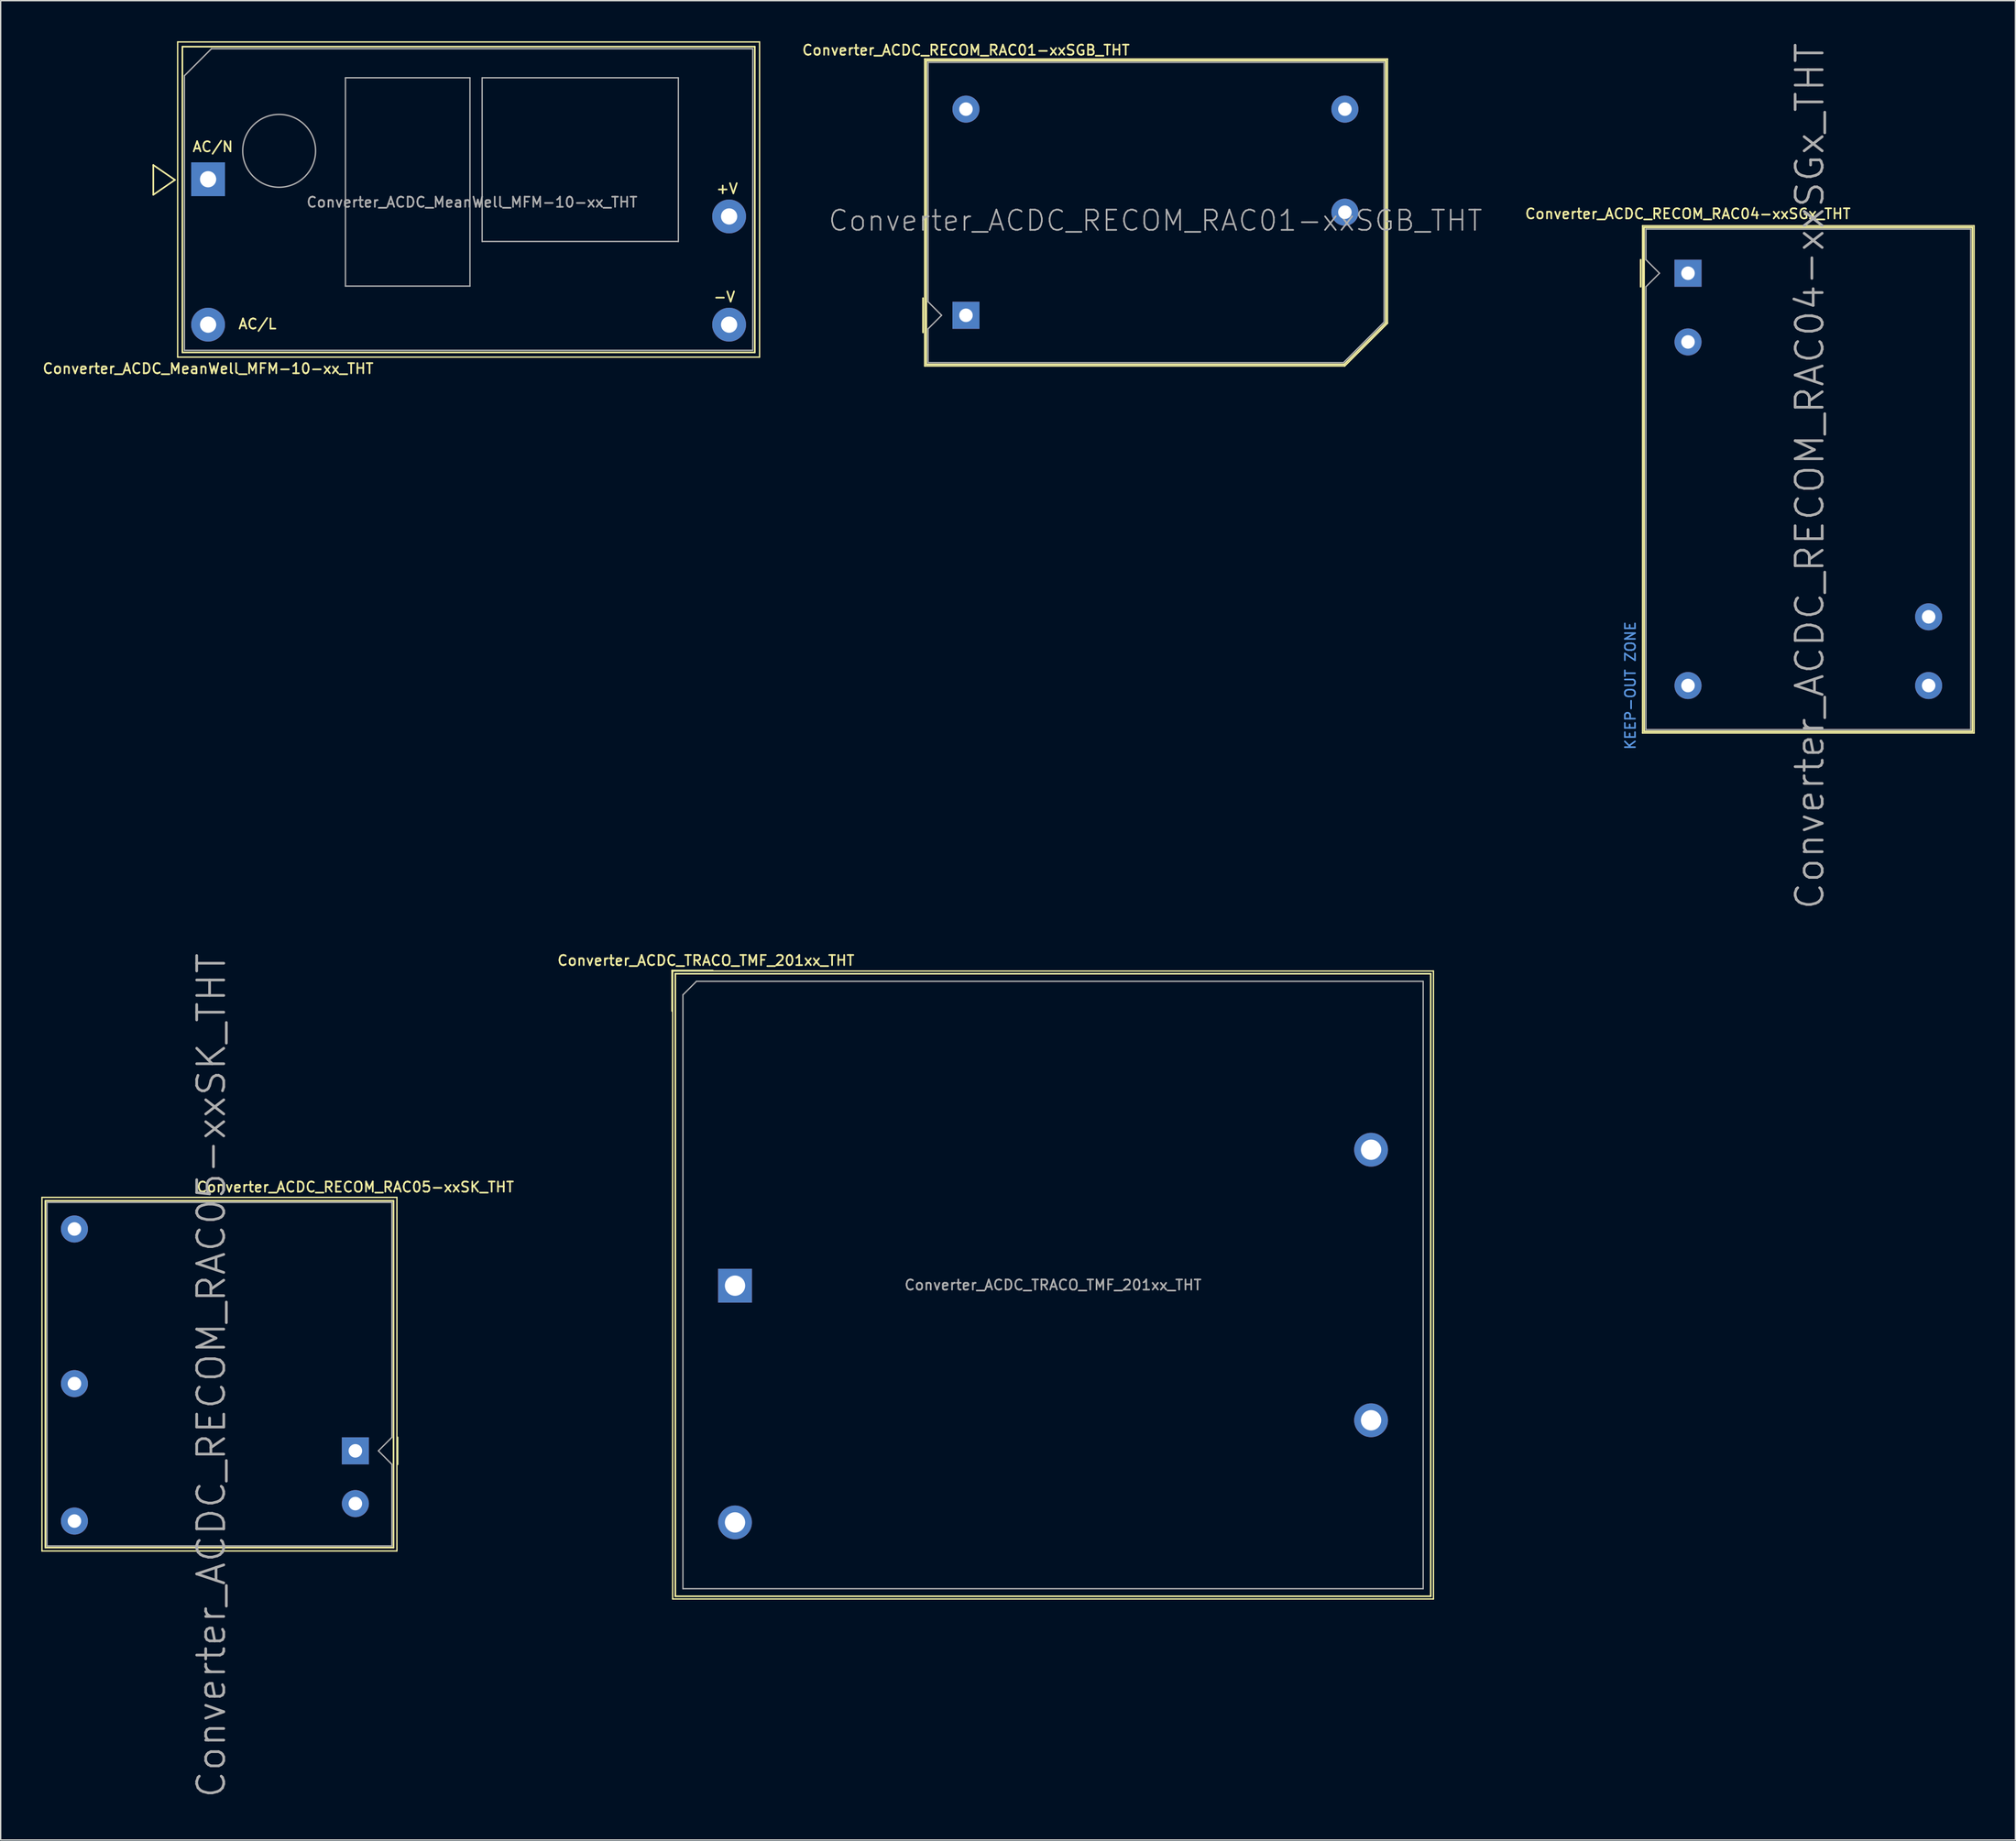
<source format=kicad_pcb>
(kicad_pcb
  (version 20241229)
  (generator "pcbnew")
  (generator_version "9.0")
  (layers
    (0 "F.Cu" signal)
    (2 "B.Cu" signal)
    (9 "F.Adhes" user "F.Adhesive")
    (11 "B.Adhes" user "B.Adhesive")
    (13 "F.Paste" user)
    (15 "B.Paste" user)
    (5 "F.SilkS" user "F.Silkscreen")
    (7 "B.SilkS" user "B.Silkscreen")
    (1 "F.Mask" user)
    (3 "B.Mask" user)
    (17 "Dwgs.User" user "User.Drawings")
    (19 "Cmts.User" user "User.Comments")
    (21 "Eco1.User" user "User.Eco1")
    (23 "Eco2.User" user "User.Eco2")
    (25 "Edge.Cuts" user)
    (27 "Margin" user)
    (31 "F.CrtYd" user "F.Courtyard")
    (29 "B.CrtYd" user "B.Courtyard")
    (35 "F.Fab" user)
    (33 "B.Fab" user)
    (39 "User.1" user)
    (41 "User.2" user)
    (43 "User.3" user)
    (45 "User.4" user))
  (footprint "Converter_ACDC_RECOM_RAC01-xxSGB_THT"
    (layer "F.Cu")
    (at 68.329 20.258)
    (property "Reference" "Converter_ACDC_RECOM_RAC01-xxSGB_THT" (at 0 -19.6 180) (layer "F.SilkS") (effects (font (size 0.75 0.75) (thickness 0.125))))
    (attr through_hole)
    (fp_line (start -3.175 -1.27) (end -3.175 1.27) (stroke (width 0.12) (type solid)) (layer "F.SilkS"))
    (fp_line (start -3.05 -18.95) (end 31.15 -18.95) (stroke (width 0.1) (type solid)) (layer "F.SilkS"))
    (fp_line (start -3.05 3.75) (end -3.05 -18.95) (stroke (width 0.1) (type solid)) (layer "F.SilkS"))
    (fp_line (start -2.93 -18.83) (end 31.03 -18.83) (stroke (width 0.12) (type solid)) (layer "F.SilkS"))
    (fp_line (start -2.93 3.63) (end -2.93 -18.83) (stroke (width 0.12) (type solid)) (layer "F.SilkS"))
    (fp_line (start 27.95 3.63) (end -2.93 3.63) (stroke (width 0.12) (type solid)) (layer "F.SilkS"))
    (fp_line (start 27.95 3.63) (end 31.03 0.55) (stroke (width 0.12) (type solid)) (layer "F.SilkS"))
    (fp_line (start 27.99 3.75) (end -3.05 3.75) (stroke (width 0.1) (type solid)) (layer "F.SilkS"))
    (fp_line (start 31.03 0.55) (end 31.03 -18.83) (stroke (width 0.12) (type solid)) (layer "F.SilkS"))
    (fp_line (start 31.15 -18.95) (end 31.15 0.59) (stroke (width 0.1) (type solid)) (layer "F.SilkS"))
    (fp_line (start 31.15 0.59) (end 27.99 3.75) (stroke (width 0.1) (type solid)) (layer "F.SilkS"))
    (fp_line (start -2.8 -18.7) (end 30.9 -18.7) (stroke (width 0.1) (type solid)) (layer "F.Fab"))
    (fp_line (start -2.8 -1) (end -2.8 -18.7) (stroke (width 0.1) (type solid)) (layer "F.Fab"))
    (fp_line (start -2.8 -1) (end -1.8 0) (stroke (width 0.1) (type solid)) (layer "F.Fab"))
    (fp_line (start -2.8 1) (end -2.8 3.5) (stroke (width 0.1) (type solid)) (layer "F.Fab"))
    (fp_line (start -1.8 0) (end -2.8 1) (stroke (width 0.1) (type solid)) (layer "F.Fab"))
    (fp_line (start 27.9 3.5) (end -2.8 3.5) (stroke (width 0.1) (type solid)) (layer "F.Fab"))
    (fp_line (start 27.9 3.5) (end 30.9 0.5) (stroke (width 0.1) (type solid)) (layer "F.Fab"))
    (fp_line (start 30.9 0.5) (end 30.9 -18.7) (stroke (width 0.1) (type solid)) (layer "F.Fab"))
    (fp_text user "${REFERENCE}" (at 14 -7 0) (layer "F.Fab") (effects (font (size 1.5 1.5) (thickness 0.125))))
    (pad "1" thru_hole rect (at 0 0 180) (size 2 2) (drill 1) (layers "*.Cu" "*.Mask"))
    (pad "2" thru_hole circle (at 0 -15.24 180) (size 2 2) (drill 1) (layers "*.Cu" "*.Mask"))
    (pad "3" thru_hole circle (at 28 -15.24 180) (size 2 2) (drill 1) (layers "*.Cu" "*.Mask"))
    (pad "4" thru_hole circle (at 28 -7.62 180) (size 2 2) (drill 1) (layers "*.Cu" "*.Mask")))
  (footprint "Converter_ACDC_RECOM_RAC04-xxSGx_THT"
    (layer "F.Cu")
    (at 121.685 17.148)
    (property "Reference" "Converter_ACDC_RECOM_RAC04-xxSGx_THT" (at -0.01 -4.39 180) (layer "F.SilkS") (effects (font (size 0.75 0.75) (thickness 0.125))))
    (attr through_hole)
    (fp_line (start -3.5 1) (end -3.5 -1) (stroke (width 0.12) (type solid)) (layer "F.SilkS"))
    (fp_line (start -3.36 -3.51) (end -3.36 33.99) (stroke (width 0.1) (type solid)) (layer "F.SilkS"))
    (fp_line (start -3.36 -3.51) (end 21.14 -3.51) (stroke (width 0.1) (type solid)) (layer "F.SilkS"))
    (fp_line (start -3.24 -3.39) (end 21.02 -3.39) (stroke (width 0.12) (type solid)) (layer "F.SilkS"))
    (fp_line (start -3.24 33.87) (end -3.25 -3.39) (stroke (width 0.12) (type solid)) (layer "F.SilkS"))
    (fp_line (start -3.24 33.87) (end 21.02 33.87) (stroke (width 0.12) (type solid)) (layer "F.SilkS"))
    (fp_line (start 21.02 -3.39) (end 21.02 33.87) (stroke (width 0.12) (type solid)) (layer "F.SilkS"))
    (fp_line (start 21.14 -3.51) (end 21.14 33.99) (stroke (width 0.1) (type solid)) (layer "F.SilkS"))
    (fp_line (start 21.14 33.99) (end -3.36 33.99) (stroke (width 0.1) (type solid)) (layer "F.SilkS"))
    (fp_line (start -3.11 -3.26) (end 20.89 -3.26) (stroke (width 0.1) (type solid)) (layer "F.Fab"))
    (fp_line (start -3.11 -1) (end -3.11 -3.26) (stroke (width 0.1) (type solid)) (layer "F.Fab"))
    (fp_line (start -3.11 -1) (end -2.11 0) (stroke (width 0.1) (type solid)) (layer "F.Fab"))
    (fp_line (start -3.11 1) (end -2.11 0) (stroke (width 0.1) (type solid)) (layer "F.Fab"))
    (fp_line (start -3.11 33.74) (end -3.11 1) (stroke (width 0.1) (type solid)) (layer "F.Fab"))
    (fp_line (start -3.11 33.74) (end 20.89 33.74) (stroke (width 0.1) (type solid)) (layer "F.Fab"))
    (fp_line (start 20.89 -3.26) (end 20.89 33.74) (stroke (width 0.1) (type solid)) (layer "F.Fab"))
    (fp_text user "KEEP-OUT ZONE" (at -4.26 30.48 90) (layer "Cmts.User") (effects (font (size 0.75 0.75) (thickness 0.125))))
    (fp_text user "${REFERENCE}" (at 9 15 90) (layer "F.Fab") (effects (font (size 2 2) (thickness 0.2))))
    (pad "1" thru_hole rect (at 0 0 90) (size 2 2) (drill 1) (layers "*.Cu" "*.Mask"))
    (pad "2" thru_hole circle (at 0 5.08 90) (size 2 2) (drill 1) (layers "*.Cu" "*.Mask"))
    (pad "3" thru_hole circle (at 0 30.48 180) (size 2 2) (drill 1) (layers "*.Cu" "*.Mask"))
    (pad "4" thru_hole circle (at 17.78 30.48 90) (size 2 2) (drill 1) (layers "*.Cu" "*.Mask"))
    (pad "5" thru_hole circle (at 17.78 25.4 90) (size 2 2) (drill 1) (layers "*.Cu" "*.Mask"))
    (zone (net_name "") (layer "F.Cu") (hatch full 0.508) (connect_pads) (min_thickness 0.254) (filled_areas_thickness no) (keepout (tracks not_allowed) (vias allowed) (pads allowed) (copperpour not_allowed) (footprints not_allowed)) (placement (enabled no)) (fill) (polygon (pts (xy 116.605 52.708) (xy 126.765 52.708) (xy 126.765 42.548) (xy 116.605 42.548)))))
  (footprint "Converter_ACDC_MeanWell_MFM-10-xx_THT"
    (layer "F.Cu")
    (at 12.327 10.2)
    (property "Reference" "Converter_ACDC_MeanWell_MFM-10-xx_THT" (at 0 14 0) (layer "F.SilkS") (effects (font (size 0.75 0.75) (thickness 0.125))))
    (attr through_hole)
    (fp_line (start -4.05 1.15) (end -4.05 -1.05) (stroke (width 0.12) (type default)) (layer "F.SilkS"))
    (fp_line (start -2.45 0.05) (end -4.05 -1.05) (stroke (width 0.12) (type default)) (layer "F.SilkS"))
    (fp_line (start -2.45 0.05) (end -4.05 1.15) (stroke (width 0.12) (type default)) (layer "F.SilkS"))
    (fp_line (start -2.25 -10.15) (end -2.25 13.15) (stroke (width 0.1) (type solid)) (layer "F.SilkS"))
    (fp_line (start -2.25 13.15) (end 40.75 13.15) (stroke (width 0.1) (type solid)) (layer "F.SilkS"))
    (fp_line (start -1.9 -9.8) (end -1.9 12.8) (stroke (width 0.12) (type solid)) (layer "F.SilkS"))
    (fp_line (start -1.9 12.8) (end 40.4 12.8) (stroke (width 0.12) (type solid)) (layer "F.SilkS"))
    (fp_line (start 40.4 -9.8) (end -1.9 -9.8) (stroke (width 0.12) (type solid)) (layer "F.SilkS"))
    (fp_line (start 40.4 12.8) (end 40.4 -9.8) (stroke (width 0.12) (type solid)) (layer "F.SilkS"))
    (fp_line (start 40.75 -10.15) (end -2.25 -10.15) (stroke (width 0.1) (type solid)) (layer "F.SilkS"))
    (fp_line (start 40.75 13.15) (end 40.75 -10.15) (stroke (width 0.1) (type solid)) (layer "F.SilkS"))
    (fp_line (start -1.75 -7.65) (end -1.75 12.65) (stroke (width 0.1) (type solid)) (layer "F.Fab"))
    (fp_line (start -1.75 12.65) (end 40.25 12.65) (stroke (width 0.1) (type solid)) (layer "F.Fab"))
    (fp_line (start 0.25 -9.65) (end -1.75 -7.65) (stroke (width 0.1) (type default)) (layer "F.Fab"))
    (fp_line (start 10.15 -7.5) (end 19.35 -7.5) (stroke (width 0.1) (type solid)) (layer "F.Fab"))
    (fp_line (start 10.15 7.9) (end 10.15 -7.5) (stroke (width 0.1) (type solid)) (layer "F.Fab"))
    (fp_line (start 19.35 -7.5) (end 19.35 7.9) (stroke (width 0.1) (type solid)) (layer "F.Fab"))
    (fp_line (start 19.35 7.9) (end 10.15 7.9) (stroke (width 0.1) (type solid)) (layer "F.Fab"))
    (fp_line (start 20.25 -7.5) (end 34.75 -7.5) (stroke (width 0.1) (type solid)) (layer "F.Fab"))
    (fp_line (start 20.25 4.6) (end 20.25 -7.5) (stroke (width 0.1) (type solid)) (layer "F.Fab"))
    (fp_line (start 34.75 -7.5) (end 34.75 4.6) (stroke (width 0.1) (type solid)) (layer "F.Fab"))
    (fp_line (start 34.75 4.6) (end 20.25 4.6) (stroke (width 0.1) (type solid)) (layer "F.Fab"))
    (fp_line (start 40.25 -9.65) (end 0.25 -9.65) (stroke (width 0.1) (type solid)) (layer "F.Fab"))
    (fp_line (start 40.25 12.65) (end 40.25 -9.65) (stroke (width 0.1) (type solid)) (layer "F.Fab"))
    (fp_circle (center 5.25 -2.1) (end 7.943 -2.1) (stroke (width 0.1) (type solid)) (fill no) (layer "F.Fab"))
    (fp_text user "AC/N" (at 0.35 -2.4 0) (layer "F.SilkS") (effects (font (size 0.75 0.75) (thickness 0.125))))
    (fp_text user "+V" (at 38.35 0.7 0) (layer "F.SilkS") (effects (font (size 0.75 0.75) (thickness 0.125))))
    (fp_text user "-V" (at 38.15 8.7 0) (layer "F.SilkS") (effects (font (size 0.75 0.75) (thickness 0.125))))
    (fp_text user "AC/L" (at 3.65 10.7 0) (layer "F.SilkS") (effects (font (size 0.75 0.75) (thickness 0.125))))
    (fp_text user "${REFERENCE}" (at 19.5 1.7 180) (layer "F.Fab") (effects (font (size 0.75 0.75) (thickness 0.125))))
    (pad "1" thru_hole rect (at 0 0) (size 2.5 2.5) (drill 1.2) (layers "*.Cu" "*.Mask"))
    (pad "2" thru_hole circle (at 0 10.75) (size 2.5 2.5) (drill 1.2) (layers "*.Cu" "*.Mask"))
    (pad "3" thru_hole circle (at 38.5 10.75) (size 2.5 2.5) (drill 1.2) (layers "*.Cu" "*.Mask"))
    (pad "4" thru_hole circle (at 38.5 2.75) (size 2.5 2.5) (drill 1.2) (layers "*.Cu" "*.Mask")))
  (footprint "Converter_ACDC_TRACO_TMF_201xx_THT"
    (layer "F.Cu")
    (at 51.264 91.993)
    (property "Reference" "Converter_ACDC_TRACO_TMF_201xx_THT" (at -2.15 -24.04 0) (layer "F.SilkS") (effects (font (size 0.75 0.75) (thickness 0.125))))
    (attr through_hole)
    (fp_line (start -4.65 -23.3) (end -1.65 -23.3) (stroke (width 0.12) (type solid)) (layer "F.SilkS"))
    (fp_line (start -4.65 -20.3) (end -4.65 -23.3) (stroke (width 0.12) (type solid)) (layer "F.SilkS"))
    (fp_line (start -4.61 -23.26) (end -4.61 23.16) (stroke (width 0.1) (type solid)) (layer "F.SilkS"))
    (fp_line (start -4.61 23.16) (end 51.61 23.16) (stroke (width 0.1) (type solid)) (layer "F.SilkS"))
    (fp_line (start -4.41 -23.06) (end -4.41 22.96) (stroke (width 0.12) (type solid)) (layer "F.SilkS"))
    (fp_line (start -4.41 -23.06) (end 51.41 -23.06) (stroke (width 0.12) (type solid)) (layer "F.SilkS"))
    (fp_line (start -4.41 22.96) (end 51.41 22.96) (stroke (width 0.12) (type solid)) (layer "F.SilkS"))
    (fp_line (start 51.41 -23.06) (end 51.41 22.96) (stroke (width 0.12) (type solid)) (layer "F.SilkS"))
    (fp_line (start 51.61 -23.26) (end -4.61 -23.26) (stroke (width 0.1) (type solid)) (layer "F.SilkS"))
    (fp_line (start 51.61 23.16) (end 51.61 -23.26) (stroke (width 0.1) (type solid)) (layer "F.SilkS"))
    (fp_line (start -3.85 -21.5) (end -2.85 -22.5) (stroke (width 0.1) (type solid)) (layer "F.Fab"))
    (fp_line (start -3.85 22.4) (end -3.85 -21.5) (stroke (width 0.1) (type solid)) (layer "F.Fab"))
    (fp_line (start -2.85 -22.5) (end 50.85 -22.5) (stroke (width 0.1) (type solid)) (layer "F.Fab"))
    (fp_line (start 50.85 -22.5) (end 50.85 22.4) (stroke (width 0.1) (type solid)) (layer "F.Fab"))
    (fp_line (start 50.85 22.4) (end -3.85 22.4) (stroke (width 0.1) (type solid)) (layer "F.Fab"))
    (fp_text user "${REFERENCE}" (at 23.5 -0.05 0) (layer "F.Fab") (effects (font (size 0.75 0.75) (thickness 0.125))))
    (pad "1" thru_hole rect (at 0 0) (size 2.5 2.5) (drill 1.5) (layers "*.Cu" "*.Mask"))
    (pad "2" thru_hole circle (at 0 17.5) (size 2.5 2.5) (drill 1.5) (layers "*.Cu" "*.Mask"))
    (pad "3" thru_hole circle (at 47 -10.05) (size 2.5 2.5) (drill 1.5) (layers "*.Cu" "*.Mask"))
    (pad "4" thru_hole circle (at 47 9.95) (size 2.5 2.5) (drill 1.5) (layers "*.Cu" "*.Mask")))
  (footprint "Converter_ACDC_RECOM_RAC05-xxSK_THT"
    (layer "F.Cu")
    (at 23.21 104.203)
    (property "Reference" "Converter_ACDC_RECOM_RAC05-xxSK_THT" (at 0 -19.5 180) (layer "F.SilkS") (effects (font (size 0.75 0.75) (thickness 0.125))))
    (attr through_hole)
    (fp_line (start -23.16 -18.74) (end -23.16 7.4) (stroke (width 0.1) (type solid)) (layer "F.SilkS"))
    (fp_line (start -23.16 7.4) (end 3.07 7.4) (stroke (width 0.1) (type solid)) (layer "F.SilkS"))
    (fp_line (start -22.91 -18.49) (end -22.91 7.15) (stroke (width 0.12) (type solid)) (layer "F.SilkS"))
    (fp_line (start 2.82 -18.49) (end -22.91 -18.49) (stroke (width 0.12) (type solid)) (layer "F.SilkS"))
    (fp_line (start 2.82 7.15) (end -22.91 7.15) (stroke (width 0.12) (type solid)) (layer "F.SilkS"))
    (fp_line (start 2.82 7.15) (end 2.82 -18.49) (stroke (width 0.12) (type solid)) (layer "F.SilkS"))
    (fp_line (start 3.07 -18.74) (end -23.16 -18.74) (stroke (width 0.1) (type solid)) (layer "F.SilkS"))
    (fp_line (start 3.07 -18.74) (end 3.07 7.4) (stroke (width 0.1) (type solid)) (layer "F.SilkS"))
    (fp_line (start 3.12 1) (end 3.12 -1) (stroke (width 0.12) (type solid)) (layer "F.SilkS"))
    (fp_line (start -22.79 -18.37) (end -22.79 7.03) (stroke (width 0.1) (type solid)) (layer "F.Fab"))
    (fp_line (start 2.7 -18.37) (end -22.79 -18.37) (stroke (width 0.1) (type solid)) (layer "F.Fab"))
    (fp_line (start 2.7 -1) (end 1.7 0) (stroke (width 0.1) (type solid)) (layer "F.Fab"))
    (fp_line (start 2.7 -1) (end 2.7 -18.37) (stroke (width 0.1) (type solid)) (layer "F.Fab"))
    (fp_line (start 2.7 1) (end 1.7 0) (stroke (width 0.1) (type solid)) (layer "F.Fab"))
    (fp_line (start 2.7 7.03) (end -22.79 7.03) (stroke (width 0.1) (type solid)) (layer "F.Fab"))
    (fp_line (start 2.7 7.03) (end 2.7 1) (stroke (width 0.1) (type solid)) (layer "F.Fab"))
    (fp_text user "${REFERENCE}" (at -10.64 -5.57 90) (layer "F.Fab") (effects (font (size 2 2) (thickness 0.2))))
    (pad "1" thru_hole rect (at 0 0 270) (size 2 2) (drill 1) (layers "*.Cu" "*.Mask"))
    (pad "2" thru_hole circle (at 0 3.9 270) (size 2 2) (drill 1) (layers "*.Cu" "*.Mask"))
    (pad "3" thru_hole circle (at -20.76 -16.4 180) (size 2 2) (drill 1) (layers "*.Cu" "*.Mask"))
    (pad "4" thru_hole circle (at -20.76 -4.97 270) (size 2 2) (drill 1) (layers "*.Cu" "*.Mask"))
    (pad "5" thru_hole circle (at -20.76 5.19 270) (size 2 2) (drill 1) (layers "*.Cu" "*.Mask")))
  (gr_rect
    (start -3 -3)
    (end 145.875 132.971)
    (stroke (width 0.1) (type default))
    (fill no)
    (layer "Edge.Cuts")))
</source>
